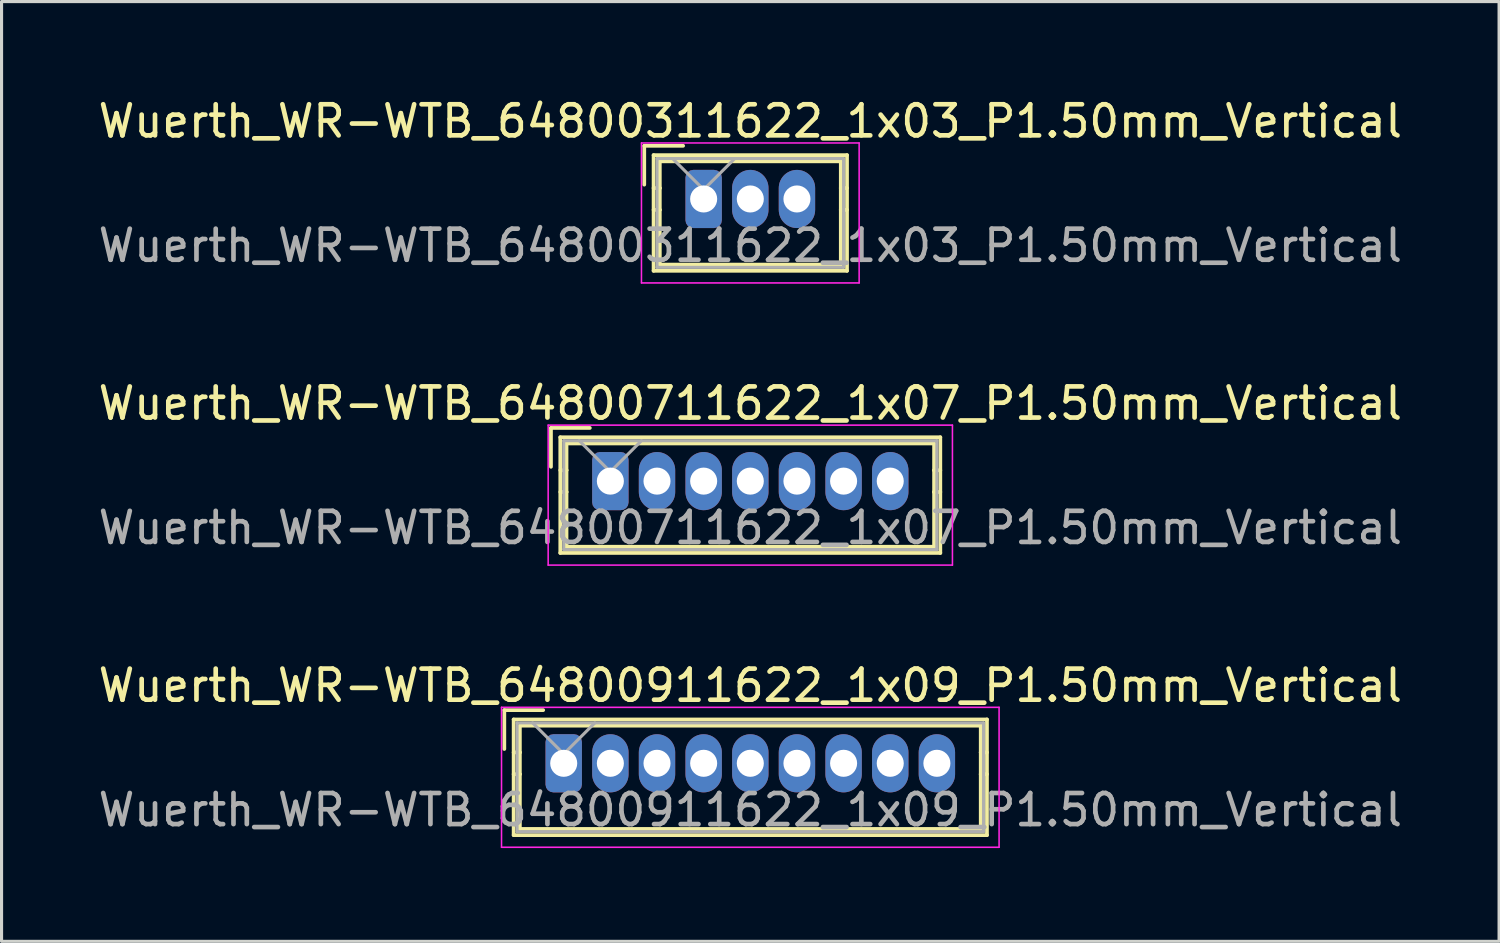
<source format=kicad_pcb>
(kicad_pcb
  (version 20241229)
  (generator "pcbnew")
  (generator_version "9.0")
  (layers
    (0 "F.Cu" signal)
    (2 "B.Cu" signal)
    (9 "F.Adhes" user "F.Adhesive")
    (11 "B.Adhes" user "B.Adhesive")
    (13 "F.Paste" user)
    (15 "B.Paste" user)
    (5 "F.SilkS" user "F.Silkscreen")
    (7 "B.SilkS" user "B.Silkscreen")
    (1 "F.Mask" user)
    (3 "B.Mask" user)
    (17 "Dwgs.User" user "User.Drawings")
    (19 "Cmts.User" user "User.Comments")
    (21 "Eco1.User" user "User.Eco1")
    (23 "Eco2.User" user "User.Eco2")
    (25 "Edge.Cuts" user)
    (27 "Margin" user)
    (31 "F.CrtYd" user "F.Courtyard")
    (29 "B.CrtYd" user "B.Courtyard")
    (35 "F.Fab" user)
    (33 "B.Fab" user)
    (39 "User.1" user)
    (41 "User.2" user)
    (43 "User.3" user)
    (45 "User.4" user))
  (footprint "Wuerth_WR-WTB_64800911622_1x09_P1.50mm_Vertical"
    (layer "F.Cu")
    (at 15.077 21.495)
    (property "Reference" "Wuerth_WR-WTB_64800911622_1x09_P1.50mm_Vertical" (at 6 -2.5 0) (layer "F.SilkS") (effects (font (size 1 1) (thickness 0.15))))
    (attr through_hole)
    (fp_line (start -1.91 -1.71) (end -1.91 -0.46) (stroke (width 0.12) (type solid)) (layer "F.SilkS"))
    (fp_line (start -1.61 -1.41) (end -1.61 2.31) (stroke (width 0.12) (type solid)) (layer "F.SilkS"))
    (fp_line (start -1.61 -0.35) (end -1.41 -0.35) (stroke (width 0.12) (type solid)) (layer "F.SilkS"))
    (fp_line (start -1.61 2.31) (end 13.61 2.31) (stroke (width 0.12) (type solid)) (layer "F.SilkS"))
    (fp_line (start -1.41 -1.21) (end 13.41 -1.21) (stroke (width 0.12) (type solid)) (layer "F.SilkS"))
    (fp_line (start -1.41 -0.35) (end -1.41 -1.21) (stroke (width 0.12) (type solid)) (layer "F.SilkS"))
    (fp_line (start -1.41 -0.35) (end -1.41 0.35) (stroke (width 0.12) (type solid)) (layer "F.SilkS"))
    (fp_line (start -1.41 0.35) (end -1.61 0.35) (stroke (width 0.12) (type solid)) (layer "F.SilkS"))
    (fp_line (start -1.41 0.35) (end -1.41 2.11) (stroke (width 0.12) (type solid)) (layer "F.SilkS"))
    (fp_line (start -1.41 2.11) (end 13.41 2.11) (stroke (width 0.12) (type solid)) (layer "F.SilkS"))
    (fp_line (start -0.66 -1.71) (end -1.91 -1.71) (stroke (width 0.12) (type solid)) (layer "F.SilkS"))
    (fp_line (start 13.41 -1.21) (end 13.41 -0.35) (stroke (width 0.12) (type solid)) (layer "F.SilkS"))
    (fp_line (start 13.41 -0.35) (end 13.41 0.35) (stroke (width 0.12) (type solid)) (layer "F.SilkS"))
    (fp_line (start 13.41 -0.35) (end 13.61 -0.35) (stroke (width 0.12) (type solid)) (layer "F.SilkS"))
    (fp_line (start 13.41 0.35) (end 13.61 0.35) (stroke (width 0.12) (type solid)) (layer "F.SilkS"))
    (fp_line (start 13.41 2.11) (end 13.41 0.35) (stroke (width 0.12) (type solid)) (layer "F.SilkS"))
    (fp_line (start 13.61 -1.41) (end -1.61 -1.41) (stroke (width 0.12) (type solid)) (layer "F.SilkS"))
    (fp_line (start 13.61 2.31) (end 13.61 -1.41) (stroke (width 0.12) (type solid)) (layer "F.SilkS"))
    (fp_line (start -2 -1.8) (end -2 2.7) (stroke (width 0.05) (type solid)) (layer "F.CrtYd"))
    (fp_line (start -2 2.7) (end 14 2.7) (stroke (width 0.05) (type solid)) (layer "F.CrtYd"))
    (fp_line (start 14 -1.8) (end -2 -1.8) (stroke (width 0.05) (type solid)) (layer "F.CrtYd"))
    (fp_line (start 14 2.7) (end 14 -1.8) (stroke (width 0.05) (type solid)) (layer "F.CrtYd"))
    (fp_line (start -1.5 -1.3) (end -1.5 2.2) (stroke (width 0.1) (type solid)) (layer "F.Fab"))
    (fp_line (start -1.5 2.2) (end 13.5 2.2) (stroke (width 0.1) (type solid)) (layer "F.Fab"))
    (fp_line (start -1 -1.3) (end 0 -0.3) (stroke (width 0.1) (type solid)) (layer "F.Fab"))
    (fp_line (start 0 -0.3) (end 1 -1.3) (stroke (width 0.1) (type solid)) (layer "F.Fab"))
    (fp_line (start 13.5 -1.3) (end -1.5 -1.3) (stroke (width 0.1) (type solid)) (layer "F.Fab"))
    (fp_line (start 13.5 2.2) (end 13.5 -1.3) (stroke (width 0.1) (type solid)) (layer "F.Fab"))
    (fp_text user "${REFERENCE}" (at 6 1.5 0) (layer "F.Fab") (effects (font (size 1 1) (thickness 0.15))))
    (pad "1" thru_hole roundrect (at 0 0) (size 1.17 1.87) (drill 0.87) (layers "*.Cu" "*.Mask") (roundrect_rratio 0.214))
    (pad "2" thru_hole oval (at 1.5 0) (size 1.17 1.87) (drill 0.87) (layers "*.Cu" "*.Mask"))
    (pad "3" thru_hole oval (at 3 0) (size 1.17 1.87) (drill 0.87) (layers "*.Cu" "*.Mask"))
    (pad "4" thru_hole oval (at 4.5 0) (size 1.17 1.87) (drill 0.87) (layers "*.Cu" "*.Mask"))
    (pad "5" thru_hole oval (at 6 0) (size 1.17 1.87) (drill 0.87) (layers "*.Cu" "*.Mask"))
    (pad "6" thru_hole oval (at 7.5 0) (size 1.17 1.87) (drill 0.87) (layers "*.Cu" "*.Mask"))
    (pad "7" thru_hole oval (at 9 0) (size 1.17 1.87) (drill 0.87) (layers "*.Cu" "*.Mask"))
    (pad "8" thru_hole oval (at 10.5 0) (size 1.17 1.87) (drill 0.87) (layers "*.Cu" "*.Mask"))
    (pad "9" thru_hole oval (at 12 0) (size 1.17 1.87) (drill 0.87) (layers "*.Cu" "*.Mask")))
  (footprint "Wuerth_WR-WTB_64800311622_1x03_P1.50mm_Vertical"
    (layer "F.Cu")
    (at 19.577 3.348)
    (property "Reference" "Wuerth_WR-WTB_64800311622_1x03_P1.50mm_Vertical" (at 1.5 -2.5 0) (layer "F.SilkS") (effects (font (size 1 1) (thickness 0.15))))
    (attr through_hole)
    (fp_line (start -1.91 -1.71) (end -1.91 -0.46) (stroke (width 0.12) (type solid)) (layer "F.SilkS"))
    (fp_line (start -1.61 -1.41) (end -1.61 2.31) (stroke (width 0.12) (type solid)) (layer "F.SilkS"))
    (fp_line (start -1.61 -0.35) (end -1.41 -0.35) (stroke (width 0.12) (type solid)) (layer "F.SilkS"))
    (fp_line (start -1.61 2.31) (end 4.61 2.31) (stroke (width 0.12) (type solid)) (layer "F.SilkS"))
    (fp_line (start -1.41 -1.21) (end 4.41 -1.21) (stroke (width 0.12) (type solid)) (layer "F.SilkS"))
    (fp_line (start -1.41 -0.35) (end -1.41 -1.21) (stroke (width 0.12) (type solid)) (layer "F.SilkS"))
    (fp_line (start -1.41 -0.35) (end -1.41 0.35) (stroke (width 0.12) (type solid)) (layer "F.SilkS"))
    (fp_line (start -1.41 0.35) (end -1.61 0.35) (stroke (width 0.12) (type solid)) (layer "F.SilkS"))
    (fp_line (start -1.41 0.35) (end -1.41 2.11) (stroke (width 0.12) (type solid)) (layer "F.SilkS"))
    (fp_line (start -1.41 2.11) (end 4.41 2.11) (stroke (width 0.12) (type solid)) (layer "F.SilkS"))
    (fp_line (start -0.66 -1.71) (end -1.91 -1.71) (stroke (width 0.12) (type solid)) (layer "F.SilkS"))
    (fp_line (start 4.41 -1.21) (end 4.41 -0.35) (stroke (width 0.12) (type solid)) (layer "F.SilkS"))
    (fp_line (start 4.41 -0.35) (end 4.41 0.35) (stroke (width 0.12) (type solid)) (layer "F.SilkS"))
    (fp_line (start 4.41 -0.35) (end 4.61 -0.35) (stroke (width 0.12) (type solid)) (layer "F.SilkS"))
    (fp_line (start 4.41 0.35) (end 4.61 0.35) (stroke (width 0.12) (type solid)) (layer "F.SilkS"))
    (fp_line (start 4.41 2.11) (end 4.41 0.35) (stroke (width 0.12) (type solid)) (layer "F.SilkS"))
    (fp_line (start 4.61 -1.41) (end -1.61 -1.41) (stroke (width 0.12) (type solid)) (layer "F.SilkS"))
    (fp_line (start 4.61 2.31) (end 4.61 -1.41) (stroke (width 0.12) (type solid)) (layer "F.SilkS"))
    (fp_line (start -2 -1.8) (end -2 2.7) (stroke (width 0.05) (type solid)) (layer "F.CrtYd"))
    (fp_line (start -2 2.7) (end 5 2.7) (stroke (width 0.05) (type solid)) (layer "F.CrtYd"))
    (fp_line (start 5 -1.8) (end -2 -1.8) (stroke (width 0.05) (type solid)) (layer "F.CrtYd"))
    (fp_line (start 5 2.7) (end 5 -1.8) (stroke (width 0.05) (type solid)) (layer "F.CrtYd"))
    (fp_line (start -1.5 -1.3) (end -1.5 2.2) (stroke (width 0.1) (type solid)) (layer "F.Fab"))
    (fp_line (start -1.5 2.2) (end 4.5 2.2) (stroke (width 0.1) (type solid)) (layer "F.Fab"))
    (fp_line (start -1 -1.3) (end 0 -0.3) (stroke (width 0.1) (type solid)) (layer "F.Fab"))
    (fp_line (start 0 -0.3) (end 1 -1.3) (stroke (width 0.1) (type solid)) (layer "F.Fab"))
    (fp_line (start 4.5 -1.3) (end -1.5 -1.3) (stroke (width 0.1) (type solid)) (layer "F.Fab"))
    (fp_line (start 4.5 2.2) (end 4.5 -1.3) (stroke (width 0.1) (type solid)) (layer "F.Fab"))
    (fp_text user "${REFERENCE}" (at 1.5 1.5 0) (layer "F.Fab") (effects (font (size 1 1) (thickness 0.15))))
    (pad "1" thru_hole roundrect (at 0 0) (size 1.17 1.87) (drill 0.87) (layers "*.Cu" "*.Mask") (roundrect_rratio 0.214))
    (pad "2" thru_hole oval (at 1.5 0) (size 1.17 1.87) (drill 0.87) (layers "*.Cu" "*.Mask"))
    (pad "3" thru_hole oval (at 3 0) (size 1.17 1.87) (drill 0.87) (layers "*.Cu" "*.Mask")))
  (footprint "Wuerth_WR-WTB_64800711622_1x07_P1.50mm_Vertical"
    (layer "F.Cu")
    (at 16.577 12.421)
    (property "Reference" "Wuerth_WR-WTB_64800711622_1x07_P1.50mm_Vertical" (at 4.5 -2.5 0) (layer "F.SilkS") (effects (font (size 1 1) (thickness 0.15))))
    (attr through_hole)
    (fp_line (start -1.91 -1.71) (end -1.91 -0.46) (stroke (width 0.12) (type solid)) (layer "F.SilkS"))
    (fp_line (start -1.61 -1.41) (end -1.61 2.31) (stroke (width 0.12) (type solid)) (layer "F.SilkS"))
    (fp_line (start -1.61 -0.35) (end -1.41 -0.35) (stroke (width 0.12) (type solid)) (layer "F.SilkS"))
    (fp_line (start -1.61 2.31) (end 10.61 2.31) (stroke (width 0.12) (type solid)) (layer "F.SilkS"))
    (fp_line (start -1.41 -1.21) (end 10.41 -1.21) (stroke (width 0.12) (type solid)) (layer "F.SilkS"))
    (fp_line (start -1.41 -0.35) (end -1.41 -1.21) (stroke (width 0.12) (type solid)) (layer "F.SilkS"))
    (fp_line (start -1.41 -0.35) (end -1.41 0.35) (stroke (width 0.12) (type solid)) (layer "F.SilkS"))
    (fp_line (start -1.41 0.35) (end -1.61 0.35) (stroke (width 0.12) (type solid)) (layer "F.SilkS"))
    (fp_line (start -1.41 0.35) (end -1.41 2.11) (stroke (width 0.12) (type solid)) (layer "F.SilkS"))
    (fp_line (start -1.41 2.11) (end 10.41 2.11) (stroke (width 0.12) (type solid)) (layer "F.SilkS"))
    (fp_line (start -0.66 -1.71) (end -1.91 -1.71) (stroke (width 0.12) (type solid)) (layer "F.SilkS"))
    (fp_line (start 10.41 -1.21) (end 10.41 -0.35) (stroke (width 0.12) (type solid)) (layer "F.SilkS"))
    (fp_line (start 10.41 -0.35) (end 10.41 0.35) (stroke (width 0.12) (type solid)) (layer "F.SilkS"))
    (fp_line (start 10.41 -0.35) (end 10.61 -0.35) (stroke (width 0.12) (type solid)) (layer "F.SilkS"))
    (fp_line (start 10.41 0.35) (end 10.61 0.35) (stroke (width 0.12) (type solid)) (layer "F.SilkS"))
    (fp_line (start 10.41 2.11) (end 10.41 0.35) (stroke (width 0.12) (type solid)) (layer "F.SilkS"))
    (fp_line (start 10.61 -1.41) (end -1.61 -1.41) (stroke (width 0.12) (type solid)) (layer "F.SilkS"))
    (fp_line (start 10.61 2.31) (end 10.61 -1.41) (stroke (width 0.12) (type solid)) (layer "F.SilkS"))
    (fp_line (start -2 -1.8) (end -2 2.7) (stroke (width 0.05) (type solid)) (layer "F.CrtYd"))
    (fp_line (start -2 2.7) (end 11 2.7) (stroke (width 0.05) (type solid)) (layer "F.CrtYd"))
    (fp_line (start 11 -1.8) (end -2 -1.8) (stroke (width 0.05) (type solid)) (layer "F.CrtYd"))
    (fp_line (start 11 2.7) (end 11 -1.8) (stroke (width 0.05) (type solid)) (layer "F.CrtYd"))
    (fp_line (start -1.5 -1.3) (end -1.5 2.2) (stroke (width 0.1) (type solid)) (layer "F.Fab"))
    (fp_line (start -1.5 2.2) (end 10.5 2.2) (stroke (width 0.1) (type solid)) (layer "F.Fab"))
    (fp_line (start -1 -1.3) (end 0 -0.3) (stroke (width 0.1) (type solid)) (layer "F.Fab"))
    (fp_line (start 0 -0.3) (end 1 -1.3) (stroke (width 0.1) (type solid)) (layer "F.Fab"))
    (fp_line (start 10.5 -1.3) (end -1.5 -1.3) (stroke (width 0.1) (type solid)) (layer "F.Fab"))
    (fp_line (start 10.5 2.2) (end 10.5 -1.3) (stroke (width 0.1) (type solid)) (layer "F.Fab"))
    (fp_text user "${REFERENCE}" (at 4.5 1.5 0) (layer "F.Fab") (effects (font (size 1 1) (thickness 0.15))))
    (pad "1" thru_hole roundrect (at 0 0) (size 1.17 1.87) (drill 0.87) (layers "*.Cu" "*.Mask") (roundrect_rratio 0.214))
    (pad "2" thru_hole oval (at 1.5 0) (size 1.17 1.87) (drill 0.87) (layers "*.Cu" "*.Mask"))
    (pad "3" thru_hole oval (at 3 0) (size 1.17 1.87) (drill 0.87) (layers "*.Cu" "*.Mask"))
    (pad "4" thru_hole oval (at 4.5 0) (size 1.17 1.87) (drill 0.87) (layers "*.Cu" "*.Mask"))
    (pad "5" thru_hole oval (at 6 0) (size 1.17 1.87) (drill 0.87) (layers "*.Cu" "*.Mask"))
    (pad "6" thru_hole oval (at 7.5 0) (size 1.17 1.87) (drill 0.87) (layers "*.Cu" "*.Mask"))
    (pad "7" thru_hole oval (at 9 0) (size 1.17 1.87) (drill 0.87) (layers "*.Cu" "*.Mask")))
  (gr_rect
    (start -3 -3)
    (end 45.155 27.22)
    (stroke (width 0.1) (type default))
    (fill no)
    (layer "Edge.Cuts")))
</source>
